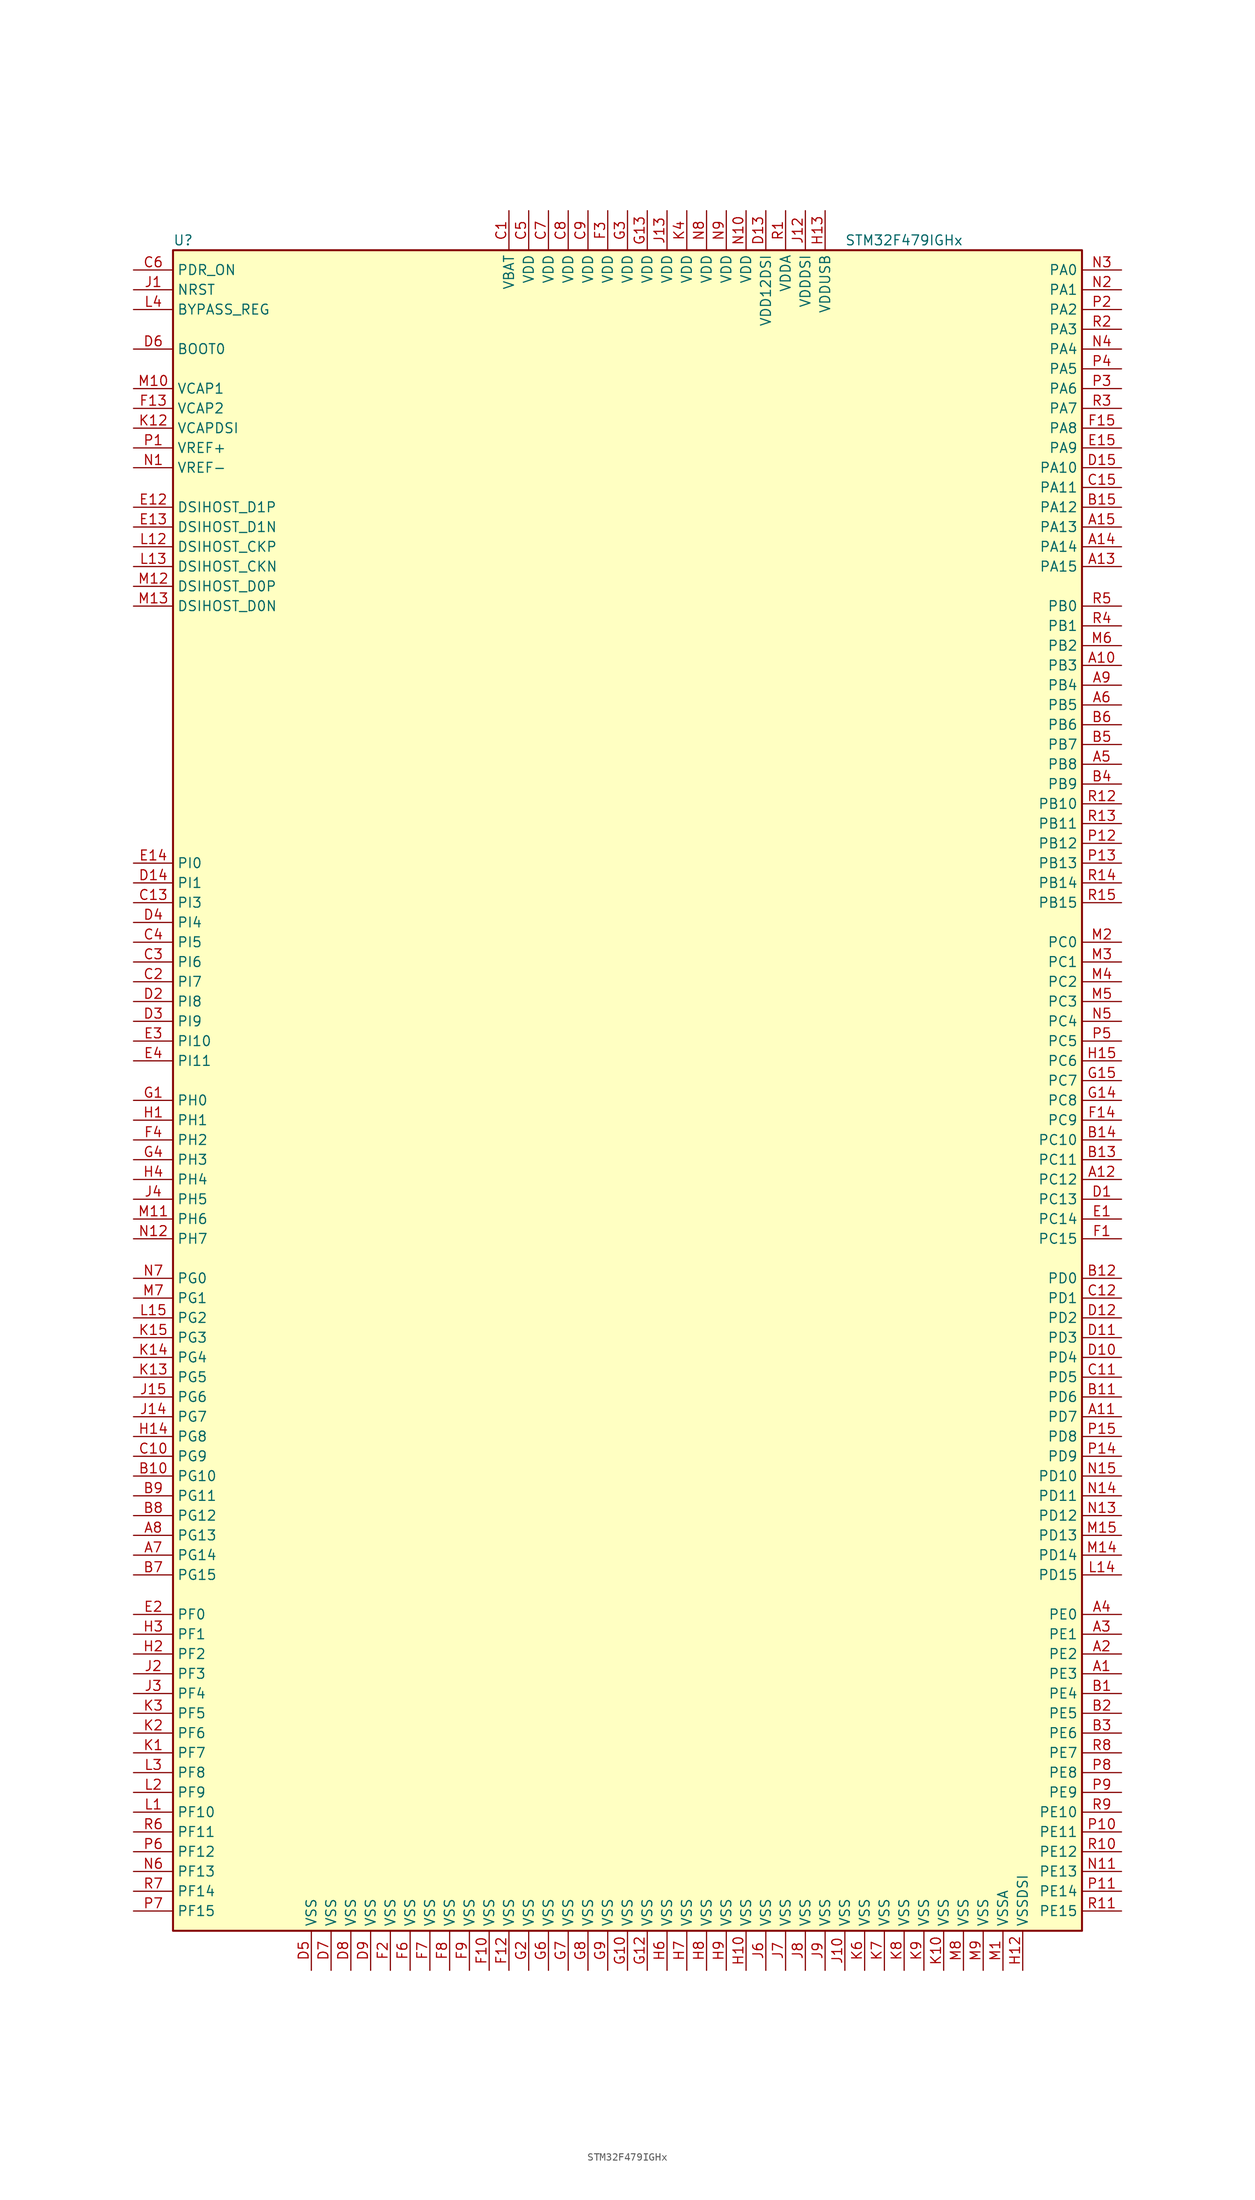
<source format=kicad_sym>
(kicad_symbol_lib
  (version 20201005)
  (generator kicad_symbol_editor)
  (symbol "STM32F479IGHx"
    (property "Reference" "U"
      (at -58.42 107.95 0)
      (effects (font (size 1.27 1.27)) (justify left)))
    (property "Value" "STM32F479IGHx"
      (at 27.94 107.95 0)
      (effects (font (size 1.27 1.27)) (justify left)))
    (symbol "STM32F479IGHx_0_1"
      (rectangle (start -58.42 -109.22) (end 58.42 106.68) (stroke (width 0.254)) (fill (type background))))
    (symbol "STM32F479IGHx_1_1"
      (pin bidirectional line (at 63.5 -76.2 180) (length 5.08) (name "PE3" (effects (font (size 1.27 1.27)))) (number "A1" (effects (font (size 1.27 1.27)))))
      (pin bidirectional line (at 63.5 53.34 180) (length 5.08) (name "PB3" (effects (font (size 1.27 1.27)))) (number "A10" (effects (font (size 1.27 1.27)))))
      (pin bidirectional line (at 63.5 -43.18 180) (length 5.08) (name "PD7" (effects (font (size 1.27 1.27)))) (number "A11" (effects (font (size 1.27 1.27)))))
      (pin bidirectional line (at 63.5 -12.7 180) (length 5.08) (name "PC12" (effects (font (size 1.27 1.27)))) (number "A12" (effects (font (size 1.27 1.27)))))
      (pin bidirectional line (at 63.5 66.04 180) (length 5.08) (name "PA15" (effects (font (size 1.27 1.27)))) (number "A13" (effects (font (size 1.27 1.27)))))
      (pin bidirectional line (at 63.5 68.58 180) (length 5.08) (name "PA14" (effects (font (size 1.27 1.27)))) (number "A14" (effects (font (size 1.27 1.27)))))
      (pin bidirectional line (at 63.5 71.12 180) (length 5.08) (name "PA13" (effects (font (size 1.27 1.27)))) (number "A15" (effects (font (size 1.27 1.27)))))
      (pin bidirectional line (at 63.5 -73.66 180) (length 5.08) (name "PE2" (effects (font (size 1.27 1.27)))) (number "A2" (effects (font (size 1.27 1.27)))))
      (pin bidirectional line (at 63.5 -71.12 180) (length 5.08) (name "PE1" (effects (font (size 1.27 1.27)))) (number "A3" (effects (font (size 1.27 1.27)))))
      (pin bidirectional line (at 63.5 -68.58 180) (length 5.08) (name "PE0" (effects (font (size 1.27 1.27)))) (number "A4" (effects (font (size 1.27 1.27)))))
      (pin bidirectional line (at 63.5 40.64 180) (length 5.08) (name "PB8" (effects (font (size 1.27 1.27)))) (number "A5" (effects (font (size 1.27 1.27)))))
      (pin bidirectional line (at 63.5 48.26 180) (length 5.08) (name "PB5" (effects (font (size 1.27 1.27)))) (number "A6" (effects (font (size 1.27 1.27)))))
      (pin bidirectional line (at -63.5 -60.96 0) (length 5.08) (name "PG14" (effects (font (size 1.27 1.27)))) (number "A7" (effects (font (size 1.27 1.27)))))
      (pin bidirectional line (at -63.5 -58.42 0) (length 5.08) (name "PG13" (effects (font (size 1.27 1.27)))) (number "A8" (effects (font (size 1.27 1.27)))))
      (pin bidirectional line (at 63.5 50.8 180) (length 5.08) (name "PB4" (effects (font (size 1.27 1.27)))) (number "A9" (effects (font (size 1.27 1.27)))))
      (pin bidirectional line (at 63.5 -78.74 180) (length 5.08) (name "PE4" (effects (font (size 1.27 1.27)))) (number "B1" (effects (font (size 1.27 1.27)))))
      (pin bidirectional line (at -63.5 -50.8 0) (length 5.08) (name "PG10" (effects (font (size 1.27 1.27)))) (number "B10" (effects (font (size 1.27 1.27)))))
      (pin bidirectional line (at 63.5 -40.64 180) (length 5.08) (name "PD6" (effects (font (size 1.27 1.27)))) (number "B11" (effects (font (size 1.27 1.27)))))
      (pin bidirectional line (at 63.5 -25.4 180) (length 5.08) (name "PD0" (effects (font (size 1.27 1.27)))) (number "B12" (effects (font (size 1.27 1.27)))))
      (pin bidirectional line (at 63.5 -10.16 180) (length 5.08) (name "PC11" (effects (font (size 1.27 1.27)))) (number "B13" (effects (font (size 1.27 1.27)))))
      (pin bidirectional line (at 63.5 -7.62 180) (length 5.08) (name "PC10" (effects (font (size 1.27 1.27)))) (number "B14" (effects (font (size 1.27 1.27)))))
      (pin bidirectional line (at 63.5 73.66 180) (length 5.08) (name "PA12" (effects (font (size 1.27 1.27)))) (number "B15" (effects (font (size 1.27 1.27)))))
      (pin bidirectional line (at 63.5 -81.28 180) (length 5.08) (name "PE5" (effects (font (size 1.27 1.27)))) (number "B2" (effects (font (size 1.27 1.27)))))
      (pin bidirectional line (at 63.5 -83.82 180) (length 5.08) (name "PE6" (effects (font (size 1.27 1.27)))) (number "B3" (effects (font (size 1.27 1.27)))))
      (pin bidirectional line (at 63.5 38.1 180) (length 5.08) (name "PB9" (effects (font (size 1.27 1.27)))) (number "B4" (effects (font (size 1.27 1.27)))))
      (pin bidirectional line (at 63.5 43.18 180) (length 5.08) (name "PB7" (effects (font (size 1.27 1.27)))) (number "B5" (effects (font (size 1.27 1.27)))))
      (pin bidirectional line (at 63.5 45.72 180) (length 5.08) (name "PB6" (effects (font (size 1.27 1.27)))) (number "B6" (effects (font (size 1.27 1.27)))))
      (pin bidirectional line (at -63.5 -63.5 0) (length 5.08) (name "PG15" (effects (font (size 1.27 1.27)))) (number "B7" (effects (font (size 1.27 1.27)))))
      (pin bidirectional line (at -63.5 -55.88 0) (length 5.08) (name "PG12" (effects (font (size 1.27 1.27)))) (number "B8" (effects (font (size 1.27 1.27)))))
      (pin bidirectional line (at -63.5 -53.34 0) (length 5.08) (name "PG11" (effects (font (size 1.27 1.27)))) (number "B9" (effects (font (size 1.27 1.27)))))
      (pin power_in line (at -15.24 111.76 270) (length 5.08) (name "VBAT" (effects (font (size 1.27 1.27)))) (number "C1" (effects (font (size 1.27 1.27)))))
      (pin bidirectional line (at -63.5 -48.26 0) (length 5.08) (name "PG9" (effects (font (size 1.27 1.27)))) (number "C10" (effects (font (size 1.27 1.27)))))
      (pin bidirectional line (at 63.5 -38.1 180) (length 5.08) (name "PD5" (effects (font (size 1.27 1.27)))) (number "C11" (effects (font (size 1.27 1.27)))))
      (pin bidirectional line (at 63.5 -27.94 180) (length 5.08) (name "PD1" (effects (font (size 1.27 1.27)))) (number "C12" (effects (font (size 1.27 1.27)))))
      (pin bidirectional line (at -63.5 22.86 0) (length 5.08) (name "PI3" (effects (font (size 1.27 1.27)))) (number "C13" (effects (font (size 1.27 1.27)))))
      (pin no_connect line (at -58.42 -106.68 0) (length 5.08) hide (name "NC" (effects (font (size 1.27 1.27)))) (number "C14" (effects (font (size 1.27 1.27)))))
      (pin bidirectional line (at 63.5 76.2 180) (length 5.08) (name "PA11" (effects (font (size 1.27 1.27)))) (number "C15" (effects (font (size 1.27 1.27)))))
      (pin bidirectional line (at -63.5 12.7 0) (length 5.08) (name "PI7" (effects (font (size 1.27 1.27)))) (number "C2" (effects (font (size 1.27 1.27)))))
      (pin bidirectional line (at -63.5 15.24 0) (length 5.08) (name "PI6" (effects (font (size 1.27 1.27)))) (number "C3" (effects (font (size 1.27 1.27)))))
      (pin bidirectional line (at -63.5 17.78 0) (length 5.08) (name "PI5" (effects (font (size 1.27 1.27)))) (number "C4" (effects (font (size 1.27 1.27)))))
      (pin power_in line (at -12.7 111.76 270) (length 5.08) (name "VDD" (effects (font (size 1.27 1.27)))) (number "C5" (effects (font (size 1.27 1.27)))))
      (pin input line (at -63.5 104.14 0) (length 5.08) (name "PDR_ON" (effects (font (size 1.27 1.27)))) (number "C6" (effects (font (size 1.27 1.27)))))
      (pin power_in line (at -10.16 111.76 270) (length 5.08) (name "VDD" (effects (font (size 1.27 1.27)))) (number "C7" (effects (font (size 1.27 1.27)))))
      (pin power_in line (at -7.62 111.76 270) (length 5.08) (name "VDD" (effects (font (size 1.27 1.27)))) (number "C8" (effects (font (size 1.27 1.27)))))
      (pin power_in line (at -5.08 111.76 270) (length 5.08) (name "VDD" (effects (font (size 1.27 1.27)))) (number "C9" (effects (font (size 1.27 1.27)))))
      (pin bidirectional line (at 63.5 -15.24 180) (length 5.08) (name "PC13" (effects (font (size 1.27 1.27)))) (number "D1" (effects (font (size 1.27 1.27)))))
      (pin bidirectional line (at 63.5 -35.56 180) (length 5.08) (name "PD4" (effects (font (size 1.27 1.27)))) (number "D10" (effects (font (size 1.27 1.27)))))
      (pin bidirectional line (at 63.5 -33.02 180) (length 5.08) (name "PD3" (effects (font (size 1.27 1.27)))) (number "D11" (effects (font (size 1.27 1.27)))))
      (pin bidirectional line (at 63.5 -30.48 180) (length 5.08) (name "PD2" (effects (font (size 1.27 1.27)))) (number "D12" (effects (font (size 1.27 1.27)))))
      (pin power_in line (at 17.78 111.76 270) (length 5.08) (name "VDD12DSI" (effects (font (size 1.27 1.27)))) (number "D13" (effects (font (size 1.27 1.27)))))
      (pin bidirectional line (at -63.5 25.4 0) (length 5.08) (name "PI1" (effects (font (size 1.27 1.27)))) (number "D14" (effects (font (size 1.27 1.27)))))
      (pin bidirectional line (at 63.5 78.74 180) (length 5.08) (name "PA10" (effects (font (size 1.27 1.27)))) (number "D15" (effects (font (size 1.27 1.27)))))
      (pin bidirectional line (at -63.5 10.16 0) (length 5.08) (name "PI8" (effects (font (size 1.27 1.27)))) (number "D2" (effects (font (size 1.27 1.27)))))
      (pin bidirectional line (at -63.5 7.62 0) (length 5.08) (name "PI9" (effects (font (size 1.27 1.27)))) (number "D3" (effects (font (size 1.27 1.27)))))
      (pin bidirectional line (at -63.5 20.32 0) (length 5.08) (name "PI4" (effects (font (size 1.27 1.27)))) (number "D4" (effects (font (size 1.27 1.27)))))
      (pin power_in line (at -40.64 -114.3 90) (length 5.08) (name "VSS" (effects (font (size 1.27 1.27)))) (number "D5" (effects (font (size 1.27 1.27)))))
      (pin input line (at -63.5 93.98 0) (length 5.08) (name "BOOT0" (effects (font (size 1.27 1.27)))) (number "D6" (effects (font (size 1.27 1.27)))))
      (pin power_in line (at -38.1 -114.3 90) (length 5.08) (name "VSS" (effects (font (size 1.27 1.27)))) (number "D7" (effects (font (size 1.27 1.27)))))
      (pin power_in line (at -35.56 -114.3 90) (length 5.08) (name "VSS" (effects (font (size 1.27 1.27)))) (number "D8" (effects (font (size 1.27 1.27)))))
      (pin power_in line (at -33.02 -114.3 90) (length 5.08) (name "VSS" (effects (font (size 1.27 1.27)))) (number "D9" (effects (font (size 1.27 1.27)))))
      (pin bidirectional line (at 63.5 -17.78 180) (length 5.08) (name "PC14" (effects (font (size 1.27 1.27)))) (number "E1" (effects (font (size 1.27 1.27)))))
      (pin bidirectional line (at -63.5 73.66 0) (length 5.08) (name "DSIHOST_D1P" (effects (font (size 1.27 1.27)))) (number "E12" (effects (font (size 1.27 1.27)))))
      (pin bidirectional line (at -63.5 71.12 0) (length 5.08) (name "DSIHOST_D1N" (effects (font (size 1.27 1.27)))) (number "E13" (effects (font (size 1.27 1.27)))))
      (pin bidirectional line (at -63.5 27.94 0) (length 5.08) (name "PI0" (effects (font (size 1.27 1.27)))) (number "E14" (effects (font (size 1.27 1.27)))))
      (pin bidirectional line (at 63.5 81.28 180) (length 5.08) (name "PA9" (effects (font (size 1.27 1.27)))) (number "E15" (effects (font (size 1.27 1.27)))))
      (pin bidirectional line (at -63.5 -68.58 0) (length 5.08) (name "PF0" (effects (font (size 1.27 1.27)))) (number "E2" (effects (font (size 1.27 1.27)))))
      (pin bidirectional line (at -63.5 5.08 0) (length 5.08) (name "PI10" (effects (font (size 1.27 1.27)))) (number "E3" (effects (font (size 1.27 1.27)))))
      (pin bidirectional line (at -63.5 2.54 0) (length 5.08) (name "PI11" (effects (font (size 1.27 1.27)))) (number "E4" (effects (font (size 1.27 1.27)))))
      (pin bidirectional line (at 63.5 -20.32 180) (length 5.08) (name "PC15" (effects (font (size 1.27 1.27)))) (number "F1" (effects (font (size 1.27 1.27)))))
      (pin power_in line (at -17.78 -114.3 90) (length 5.08) (name "VSS" (effects (font (size 1.27 1.27)))) (number "F10" (effects (font (size 1.27 1.27)))))
      (pin power_in line (at -15.24 -114.3 90) (length 5.08) (name "VSS" (effects (font (size 1.27 1.27)))) (number "F12" (effects (font (size 1.27 1.27)))))
      (pin power_in line (at -63.5 86.36 0) (length 5.08) (name "VCAP2" (effects (font (size 1.27 1.27)))) (number "F13" (effects (font (size 1.27 1.27)))))
      (pin bidirectional line (at 63.5 -5.08 180) (length 5.08) (name "PC9" (effects (font (size 1.27 1.27)))) (number "F14" (effects (font (size 1.27 1.27)))))
      (pin bidirectional line (at 63.5 83.82 180) (length 5.08) (name "PA8" (effects (font (size 1.27 1.27)))) (number "F15" (effects (font (size 1.27 1.27)))))
      (pin power_in line (at -30.48 -114.3 90) (length 5.08) (name "VSS" (effects (font (size 1.27 1.27)))) (number "F2" (effects (font (size 1.27 1.27)))))
      (pin power_in line (at -2.54 111.76 270) (length 5.08) (name "VDD" (effects (font (size 1.27 1.27)))) (number "F3" (effects (font (size 1.27 1.27)))))
      (pin bidirectional line (at -63.5 -7.62 0) (length 5.08) (name "PH2" (effects (font (size 1.27 1.27)))) (number "F4" (effects (font (size 1.27 1.27)))))
      (pin power_in line (at -27.94 -114.3 90) (length 5.08) (name "VSS" (effects (font (size 1.27 1.27)))) (number "F6" (effects (font (size 1.27 1.27)))))
      (pin power_in line (at -25.4 -114.3 90) (length 5.08) (name "VSS" (effects (font (size 1.27 1.27)))) (number "F7" (effects (font (size 1.27 1.27)))))
      (pin power_in line (at -22.86 -114.3 90) (length 5.08) (name "VSS" (effects (font (size 1.27 1.27)))) (number "F8" (effects (font (size 1.27 1.27)))))
      (pin power_in line (at -20.32 -114.3 90) (length 5.08) (name "VSS" (effects (font (size 1.27 1.27)))) (number "F9" (effects (font (size 1.27 1.27)))))
      (pin input line (at -63.5 -2.54 0) (length 5.08) (name "PH0" (effects (font (size 1.27 1.27)))) (number "G1" (effects (font (size 1.27 1.27)))))
      (pin power_in line (at 0 -114.3 90) (length 5.08) (name "VSS" (effects (font (size 1.27 1.27)))) (number "G10" (effects (font (size 1.27 1.27)))))
      (pin power_in line (at 2.54 -114.3 90) (length 5.08) (name "VSS" (effects (font (size 1.27 1.27)))) (number "G12" (effects (font (size 1.27 1.27)))))
      (pin power_in line (at 2.54 111.76 270) (length 5.08) (name "VDD" (effects (font (size 1.27 1.27)))) (number "G13" (effects (font (size 1.27 1.27)))))
      (pin bidirectional line (at 63.5 -2.54 180) (length 5.08) (name "PC8" (effects (font (size 1.27 1.27)))) (number "G14" (effects (font (size 1.27 1.27)))))
      (pin bidirectional line (at 63.5 0 180) (length 5.08) (name "PC7" (effects (font (size 1.27 1.27)))) (number "G15" (effects (font (size 1.27 1.27)))))
      (pin power_in line (at -12.7 -114.3 90) (length 5.08) (name "VSS" (effects (font (size 1.27 1.27)))) (number "G2" (effects (font (size 1.27 1.27)))))
      (pin power_in line (at 0 111.76 270) (length 5.08) (name "VDD" (effects (font (size 1.27 1.27)))) (number "G3" (effects (font (size 1.27 1.27)))))
      (pin bidirectional line (at -63.5 -10.16 0) (length 5.08) (name "PH3" (effects (font (size 1.27 1.27)))) (number "G4" (effects (font (size 1.27 1.27)))))
      (pin power_in line (at -10.16 -114.3 90) (length 5.08) (name "VSS" (effects (font (size 1.27 1.27)))) (number "G6" (effects (font (size 1.27 1.27)))))
      (pin power_in line (at -7.62 -114.3 90) (length 5.08) (name "VSS" (effects (font (size 1.27 1.27)))) (number "G7" (effects (font (size 1.27 1.27)))))
      (pin power_in line (at -5.08 -114.3 90) (length 5.08) (name "VSS" (effects (font (size 1.27 1.27)))) (number "G8" (effects (font (size 1.27 1.27)))))
      (pin power_in line (at -2.54 -114.3 90) (length 5.08) (name "VSS" (effects (font (size 1.27 1.27)))) (number "G9" (effects (font (size 1.27 1.27)))))
      (pin input line (at -63.5 -5.08 0) (length 5.08) (name "PH1" (effects (font (size 1.27 1.27)))) (number "H1" (effects (font (size 1.27 1.27)))))
      (pin power_in line (at 15.24 -114.3 90) (length 5.08) (name "VSS" (effects (font (size 1.27 1.27)))) (number "H10" (effects (font (size 1.27 1.27)))))
      (pin power_in line (at 50.8 -114.3 90) (length 5.08) (name "VSSDSI" (effects (font (size 1.27 1.27)))) (number "H12" (effects (font (size 1.27 1.27)))))
      (pin power_in line (at 25.4 111.76 270) (length 5.08) (name "VDDUSB" (effects (font (size 1.27 1.27)))) (number "H13" (effects (font (size 1.27 1.27)))))
      (pin bidirectional line (at -63.5 -45.72 0) (length 5.08) (name "PG8" (effects (font (size 1.27 1.27)))) (number "H14" (effects (font (size 1.27 1.27)))))
      (pin bidirectional line (at 63.5 2.54 180) (length 5.08) (name "PC6" (effects (font (size 1.27 1.27)))) (number "H15" (effects (font (size 1.27 1.27)))))
      (pin bidirectional line (at -63.5 -73.66 0) (length 5.08) (name "PF2" (effects (font (size 1.27 1.27)))) (number "H2" (effects (font (size 1.27 1.27)))))
      (pin bidirectional line (at -63.5 -71.12 0) (length 5.08) (name "PF1" (effects (font (size 1.27 1.27)))) (number "H3" (effects (font (size 1.27 1.27)))))
      (pin bidirectional line (at -63.5 -12.7 0) (length 5.08) (name "PH4" (effects (font (size 1.27 1.27)))) (number "H4" (effects (font (size 1.27 1.27)))))
      (pin power_in line (at 5.08 -114.3 90) (length 5.08) (name "VSS" (effects (font (size 1.27 1.27)))) (number "H6" (effects (font (size 1.27 1.27)))))
      (pin power_in line (at 7.62 -114.3 90) (length 5.08) (name "VSS" (effects (font (size 1.27 1.27)))) (number "H7" (effects (font (size 1.27 1.27)))))
      (pin power_in line (at 10.16 -114.3 90) (length 5.08) (name "VSS" (effects (font (size 1.27 1.27)))) (number "H8" (effects (font (size 1.27 1.27)))))
      (pin power_in line (at 12.7 -114.3 90) (length 5.08) (name "VSS" (effects (font (size 1.27 1.27)))) (number "H9" (effects (font (size 1.27 1.27)))))
      (pin input line (at -63.5 101.6 0) (length 5.08) (name "NRST" (effects (font (size 1.27 1.27)))) (number "J1" (effects (font (size 1.27 1.27)))))
      (pin power_in line (at 27.94 -114.3 90) (length 5.08) (name "VSS" (effects (font (size 1.27 1.27)))) (number "J10" (effects (font (size 1.27 1.27)))))
      (pin power_in line (at 22.86 111.76 270) (length 5.08) (name "VDDDSI" (effects (font (size 1.27 1.27)))) (number "J12" (effects (font (size 1.27 1.27)))))
      (pin power_in line (at 5.08 111.76 270) (length 5.08) (name "VDD" (effects (font (size 1.27 1.27)))) (number "J13" (effects (font (size 1.27 1.27)))))
      (pin bidirectional line (at -63.5 -43.18 0) (length 5.08) (name "PG7" (effects (font (size 1.27 1.27)))) (number "J14" (effects (font (size 1.27 1.27)))))
      (pin bidirectional line (at -63.5 -40.64 0) (length 5.08) (name "PG6" (effects (font (size 1.27 1.27)))) (number "J15" (effects (font (size 1.27 1.27)))))
      (pin bidirectional line (at -63.5 -76.2 0) (length 5.08) (name "PF3" (effects (font (size 1.27 1.27)))) (number "J2" (effects (font (size 1.27 1.27)))))
      (pin bidirectional line (at -63.5 -78.74 0) (length 5.08) (name "PF4" (effects (font (size 1.27 1.27)))) (number "J3" (effects (font (size 1.27 1.27)))))
      (pin bidirectional line (at -63.5 -15.24 0) (length 5.08) (name "PH5" (effects (font (size 1.27 1.27)))) (number "J4" (effects (font (size 1.27 1.27)))))
      (pin power_in line (at 17.78 -114.3 90) (length 5.08) (name "VSS" (effects (font (size 1.27 1.27)))) (number "J6" (effects (font (size 1.27 1.27)))))
      (pin power_in line (at 20.32 -114.3 90) (length 5.08) (name "VSS" (effects (font (size 1.27 1.27)))) (number "J7" (effects (font (size 1.27 1.27)))))
      (pin power_in line (at 22.86 -114.3 90) (length 5.08) (name "VSS" (effects (font (size 1.27 1.27)))) (number "J8" (effects (font (size 1.27 1.27)))))
      (pin power_in line (at 25.4 -114.3 90) (length 5.08) (name "VSS" (effects (font (size 1.27 1.27)))) (number "J9" (effects (font (size 1.27 1.27)))))
      (pin bidirectional line (at -63.5 -86.36 0) (length 5.08) (name "PF7" (effects (font (size 1.27 1.27)))) (number "K1" (effects (font (size 1.27 1.27)))))
      (pin power_in line (at 40.64 -114.3 90) (length 5.08) (name "VSS" (effects (font (size 1.27 1.27)))) (number "K10" (effects (font (size 1.27 1.27)))))
      (pin power_in line (at -63.5 83.82 0) (length 5.08) (name "VCAPDSI" (effects (font (size 1.27 1.27)))) (number "K12" (effects (font (size 1.27 1.27)))))
      (pin bidirectional line (at -63.5 -38.1 0) (length 5.08) (name "PG5" (effects (font (size 1.27 1.27)))) (number "K13" (effects (font (size 1.27 1.27)))))
      (pin bidirectional line (at -63.5 -35.56 0) (length 5.08) (name "PG4" (effects (font (size 1.27 1.27)))) (number "K14" (effects (font (size 1.27 1.27)))))
      (pin bidirectional line (at -63.5 -33.02 0) (length 5.08) (name "PG3" (effects (font (size 1.27 1.27)))) (number "K15" (effects (font (size 1.27 1.27)))))
      (pin bidirectional line (at -63.5 -83.82 0) (length 5.08) (name "PF6" (effects (font (size 1.27 1.27)))) (number "K2" (effects (font (size 1.27 1.27)))))
      (pin bidirectional line (at -63.5 -81.28 0) (length 5.08) (name "PF5" (effects (font (size 1.27 1.27)))) (number "K3" (effects (font (size 1.27 1.27)))))
      (pin power_in line (at 7.62 111.76 270) (length 5.08) (name "VDD" (effects (font (size 1.27 1.27)))) (number "K4" (effects (font (size 1.27 1.27)))))
      (pin power_in line (at 30.48 -114.3 90) (length 5.08) (name "VSS" (effects (font (size 1.27 1.27)))) (number "K6" (effects (font (size 1.27 1.27)))))
      (pin power_in line (at 33.02 -114.3 90) (length 5.08) (name "VSS" (effects (font (size 1.27 1.27)))) (number "K7" (effects (font (size 1.27 1.27)))))
      (pin power_in line (at 35.56 -114.3 90) (length 5.08) (name "VSS" (effects (font (size 1.27 1.27)))) (number "K8" (effects (font (size 1.27 1.27)))))
      (pin power_in line (at 38.1 -114.3 90) (length 5.08) (name "VSS" (effects (font (size 1.27 1.27)))) (number "K9" (effects (font (size 1.27 1.27)))))
      (pin bidirectional line (at -63.5 -93.98 0) (length 5.08) (name "PF10" (effects (font (size 1.27 1.27)))) (number "L1" (effects (font (size 1.27 1.27)))))
      (pin bidirectional line (at -63.5 68.58 0) (length 5.08) (name "DSIHOST_CKP" (effects (font (size 1.27 1.27)))) (number "L12" (effects (font (size 1.27 1.27)))))
      (pin bidirectional line (at -63.5 66.04 0) (length 5.08) (name "DSIHOST_CKN" (effects (font (size 1.27 1.27)))) (number "L13" (effects (font (size 1.27 1.27)))))
      (pin bidirectional line (at 63.5 -63.5 180) (length 5.08) (name "PD15" (effects (font (size 1.27 1.27)))) (number "L14" (effects (font (size 1.27 1.27)))))
      (pin bidirectional line (at -63.5 -30.48 0) (length 5.08) (name "PG2" (effects (font (size 1.27 1.27)))) (number "L15" (effects (font (size 1.27 1.27)))))
      (pin bidirectional line (at -63.5 -91.44 0) (length 5.08) (name "PF9" (effects (font (size 1.27 1.27)))) (number "L2" (effects (font (size 1.27 1.27)))))
      (pin bidirectional line (at -63.5 -88.9 0) (length 5.08) (name "PF8" (effects (font (size 1.27 1.27)))) (number "L3" (effects (font (size 1.27 1.27)))))
      (pin input line (at -63.5 99.06 0) (length 5.08) (name "BYPASS_REG" (effects (font (size 1.27 1.27)))) (number "L4" (effects (font (size 1.27 1.27)))))
      (pin power_in line (at 48.26 -114.3 90) (length 5.08) (name "VSSA" (effects (font (size 1.27 1.27)))) (number "M1" (effects (font (size 1.27 1.27)))))
      (pin power_in line (at -63.5 88.9 0) (length 5.08) (name "VCAP1" (effects (font (size 1.27 1.27)))) (number "M10" (effects (font (size 1.27 1.27)))))
      (pin bidirectional line (at -63.5 -17.78 0) (length 5.08) (name "PH6" (effects (font (size 1.27 1.27)))) (number "M11" (effects (font (size 1.27 1.27)))))
      (pin bidirectional line (at -63.5 63.5 0) (length 5.08) (name "DSIHOST_D0P" (effects (font (size 1.27 1.27)))) (number "M12" (effects (font (size 1.27 1.27)))))
      (pin bidirectional line (at -63.5 60.96 0) (length 5.08) (name "DSIHOST_D0N" (effects (font (size 1.27 1.27)))) (number "M13" (effects (font (size 1.27 1.27)))))
      (pin bidirectional line (at 63.5 -60.96 180) (length 5.08) (name "PD14" (effects (font (size 1.27 1.27)))) (number "M14" (effects (font (size 1.27 1.27)))))
      (pin bidirectional line (at 63.5 -58.42 180) (length 5.08) (name "PD13" (effects (font (size 1.27 1.27)))) (number "M15" (effects (font (size 1.27 1.27)))))
      (pin bidirectional line (at 63.5 17.78 180) (length 5.08) (name "PC0" (effects (font (size 1.27 1.27)))) (number "M2" (effects (font (size 1.27 1.27)))))
      (pin bidirectional line (at 63.5 15.24 180) (length 5.08) (name "PC1" (effects (font (size 1.27 1.27)))) (number "M3" (effects (font (size 1.27 1.27)))))
      (pin bidirectional line (at 63.5 12.7 180) (length 5.08) (name "PC2" (effects (font (size 1.27 1.27)))) (number "M4" (effects (font (size 1.27 1.27)))))
      (pin bidirectional line (at 63.5 10.16 180) (length 5.08) (name "PC3" (effects (font (size 1.27 1.27)))) (number "M5" (effects (font (size 1.27 1.27)))))
      (pin bidirectional line (at 63.5 55.88 180) (length 5.08) (name "PB2" (effects (font (size 1.27 1.27)))) (number "M6" (effects (font (size 1.27 1.27)))))
      (pin bidirectional line (at -63.5 -27.94 0) (length 5.08) (name "PG1" (effects (font (size 1.27 1.27)))) (number "M7" (effects (font (size 1.27 1.27)))))
      (pin power_in line (at 43.18 -114.3 90) (length 5.08) (name "VSS" (effects (font (size 1.27 1.27)))) (number "M8" (effects (font (size 1.27 1.27)))))
      (pin power_in line (at 45.72 -114.3 90) (length 5.08) (name "VSS" (effects (font (size 1.27 1.27)))) (number "M9" (effects (font (size 1.27 1.27)))))
      (pin power_in line (at -63.5 78.74 0) (length 5.08) (name "VREF-" (effects (font (size 1.27 1.27)))) (number "N1" (effects (font (size 1.27 1.27)))))
      (pin power_in line (at 15.24 111.76 270) (length 5.08) (name "VDD" (effects (font (size 1.27 1.27)))) (number "N10" (effects (font (size 1.27 1.27)))))
      (pin bidirectional line (at 63.5 -101.6 180) (length 5.08) (name "PE13" (effects (font (size 1.27 1.27)))) (number "N11" (effects (font (size 1.27 1.27)))))
      (pin bidirectional line (at -63.5 -20.32 0) (length 5.08) (name "PH7" (effects (font (size 1.27 1.27)))) (number "N12" (effects (font (size 1.27 1.27)))))
      (pin bidirectional line (at 63.5 -55.88 180) (length 5.08) (name "PD12" (effects (font (size 1.27 1.27)))) (number "N13" (effects (font (size 1.27 1.27)))))
      (pin bidirectional line (at 63.5 -53.34 180) (length 5.08) (name "PD11" (effects (font (size 1.27 1.27)))) (number "N14" (effects (font (size 1.27 1.27)))))
      (pin bidirectional line (at 63.5 -50.8 180) (length 5.08) (name "PD10" (effects (font (size 1.27 1.27)))) (number "N15" (effects (font (size 1.27 1.27)))))
      (pin bidirectional line (at 63.5 101.6 180) (length 5.08) (name "PA1" (effects (font (size 1.27 1.27)))) (number "N2" (effects (font (size 1.27 1.27)))))
      (pin bidirectional line (at 63.5 104.14 180) (length 5.08) (name "PA0" (effects (font (size 1.27 1.27)))) (number "N3" (effects (font (size 1.27 1.27)))))
      (pin bidirectional line (at 63.5 93.98 180) (length 5.08) (name "PA4" (effects (font (size 1.27 1.27)))) (number "N4" (effects (font (size 1.27 1.27)))))
      (pin bidirectional line (at 63.5 7.62 180) (length 5.08) (name "PC4" (effects (font (size 1.27 1.27)))) (number "N5" (effects (font (size 1.27 1.27)))))
      (pin bidirectional line (at -63.5 -101.6 0) (length 5.08) (name "PF13" (effects (font (size 1.27 1.27)))) (number "N6" (effects (font (size 1.27 1.27)))))
      (pin bidirectional line (at -63.5 -25.4 0) (length 5.08) (name "PG0" (effects (font (size 1.27 1.27)))) (number "N7" (effects (font (size 1.27 1.27)))))
      (pin power_in line (at 10.16 111.76 270) (length 5.08) (name "VDD" (effects (font (size 1.27 1.27)))) (number "N8" (effects (font (size 1.27 1.27)))))
      (pin power_in line (at 12.7 111.76 270) (length 5.08) (name "VDD" (effects (font (size 1.27 1.27)))) (number "N9" (effects (font (size 1.27 1.27)))))
      (pin power_in line (at -63.5 81.28 0) (length 5.08) (name "VREF+" (effects (font (size 1.27 1.27)))) (number "P1" (effects (font (size 1.27 1.27)))))
      (pin bidirectional line (at 63.5 -96.52 180) (length 5.08) (name "PE11" (effects (font (size 1.27 1.27)))) (number "P10" (effects (font (size 1.27 1.27)))))
      (pin bidirectional line (at 63.5 -104.14 180) (length 5.08) (name "PE14" (effects (font (size 1.27 1.27)))) (number "P11" (effects (font (size 1.27 1.27)))))
      (pin bidirectional line (at 63.5 30.48 180) (length 5.08) (name "PB12" (effects (font (size 1.27 1.27)))) (number "P12" (effects (font (size 1.27 1.27)))))
      (pin bidirectional line (at 63.5 27.94 180) (length 5.08) (name "PB13" (effects (font (size 1.27 1.27)))) (number "P13" (effects (font (size 1.27 1.27)))))
      (pin bidirectional line (at 63.5 -48.26 180) (length 5.08) (name "PD9" (effects (font (size 1.27 1.27)))) (number "P14" (effects (font (size 1.27 1.27)))))
      (pin bidirectional line (at 63.5 -45.72 180) (length 5.08) (name "PD8" (effects (font (size 1.27 1.27)))) (number "P15" (effects (font (size 1.27 1.27)))))
      (pin bidirectional line (at 63.5 99.06 180) (length 5.08) (name "PA2" (effects (font (size 1.27 1.27)))) (number "P2" (effects (font (size 1.27 1.27)))))
      (pin bidirectional line (at 63.5 88.9 180) (length 5.08) (name "PA6" (effects (font (size 1.27 1.27)))) (number "P3" (effects (font (size 1.27 1.27)))))
      (pin bidirectional line (at 63.5 91.44 180) (length 5.08) (name "PA5" (effects (font (size 1.27 1.27)))) (number "P4" (effects (font (size 1.27 1.27)))))
      (pin bidirectional line (at 63.5 5.08 180) (length 5.08) (name "PC5" (effects (font (size 1.27 1.27)))) (number "P5" (effects (font (size 1.27 1.27)))))
      (pin bidirectional line (at -63.5 -99.06 0) (length 5.08) (name "PF12" (effects (font (size 1.27 1.27)))) (number "P6" (effects (font (size 1.27 1.27)))))
      (pin bidirectional line (at -63.5 -106.68 0) (length 5.08) (name "PF15" (effects (font (size 1.27 1.27)))) (number "P7" (effects (font (size 1.27 1.27)))))
      (pin bidirectional line (at 63.5 -88.9 180) (length 5.08) (name "PE8" (effects (font (size 1.27 1.27)))) (number "P8" (effects (font (size 1.27 1.27)))))
      (pin bidirectional line (at 63.5 -91.44 180) (length 5.08) (name "PE9" (effects (font (size 1.27 1.27)))) (number "P9" (effects (font (size 1.27 1.27)))))
      (pin power_in line (at 20.32 111.76 270) (length 5.08) (name "VDDA" (effects (font (size 1.27 1.27)))) (number "R1" (effects (font (size 1.27 1.27)))))
      (pin bidirectional line (at 63.5 -99.06 180) (length 5.08) (name "PE12" (effects (font (size 1.27 1.27)))) (number "R10" (effects (font (size 1.27 1.27)))))
      (pin bidirectional line (at 63.5 -106.68 180) (length 5.08) (name "PE15" (effects (font (size 1.27 1.27)))) (number "R11" (effects (font (size 1.27 1.27)))))
      (pin bidirectional line (at 63.5 35.56 180) (length 5.08) (name "PB10" (effects (font (size 1.27 1.27)))) (number "R12" (effects (font (size 1.27 1.27)))))
      (pin bidirectional line (at 63.5 33.02 180) (length 5.08) (name "PB11" (effects (font (size 1.27 1.27)))) (number "R13" (effects (font (size 1.27 1.27)))))
      (pin bidirectional line (at 63.5 25.4 180) (length 5.08) (name "PB14" (effects (font (size 1.27 1.27)))) (number "R14" (effects (font (size 1.27 1.27)))))
      (pin bidirectional line (at 63.5 22.86 180) (length 5.08) (name "PB15" (effects (font (size 1.27 1.27)))) (number "R15" (effects (font (size 1.27 1.27)))))
      (pin bidirectional line (at 63.5 96.52 180) (length 5.08) (name "PA3" (effects (font (size 1.27 1.27)))) (number "R2" (effects (font (size 1.27 1.27)))))
      (pin bidirectional line (at 63.5 86.36 180) (length 5.08) (name "PA7" (effects (font (size 1.27 1.27)))) (number "R3" (effects (font (size 1.27 1.27)))))
      (pin bidirectional line (at 63.5 58.42 180) (length 5.08) (name "PB1" (effects (font (size 1.27 1.27)))) (number "R4" (effects (font (size 1.27 1.27)))))
      (pin bidirectional line (at 63.5 60.96 180) (length 5.08) (name "PB0" (effects (font (size 1.27 1.27)))) (number "R5" (effects (font (size 1.27 1.27)))))
      (pin bidirectional line (at -63.5 -96.52 0) (length 5.08) (name "PF11" (effects (font (size 1.27 1.27)))) (number "R6" (effects (font (size 1.27 1.27)))))
      (pin bidirectional line (at -63.5 -104.14 0) (length 5.08) (name "PF14" (effects (font (size 1.27 1.27)))) (number "R7" (effects (font (size 1.27 1.27)))))
      (pin bidirectional line (at 63.5 -86.36 180) (length 5.08) (name "PE7" (effects (font (size 1.27 1.27)))) (number "R8" (effects (font (size 1.27 1.27)))))
      (pin bidirectional line (at 63.5 -93.98 180) (length 5.08) (name "PE10" (effects (font (size 1.27 1.27)))) (number "R9" (effects (font (size 1.27 1.27))))))))
</source>
